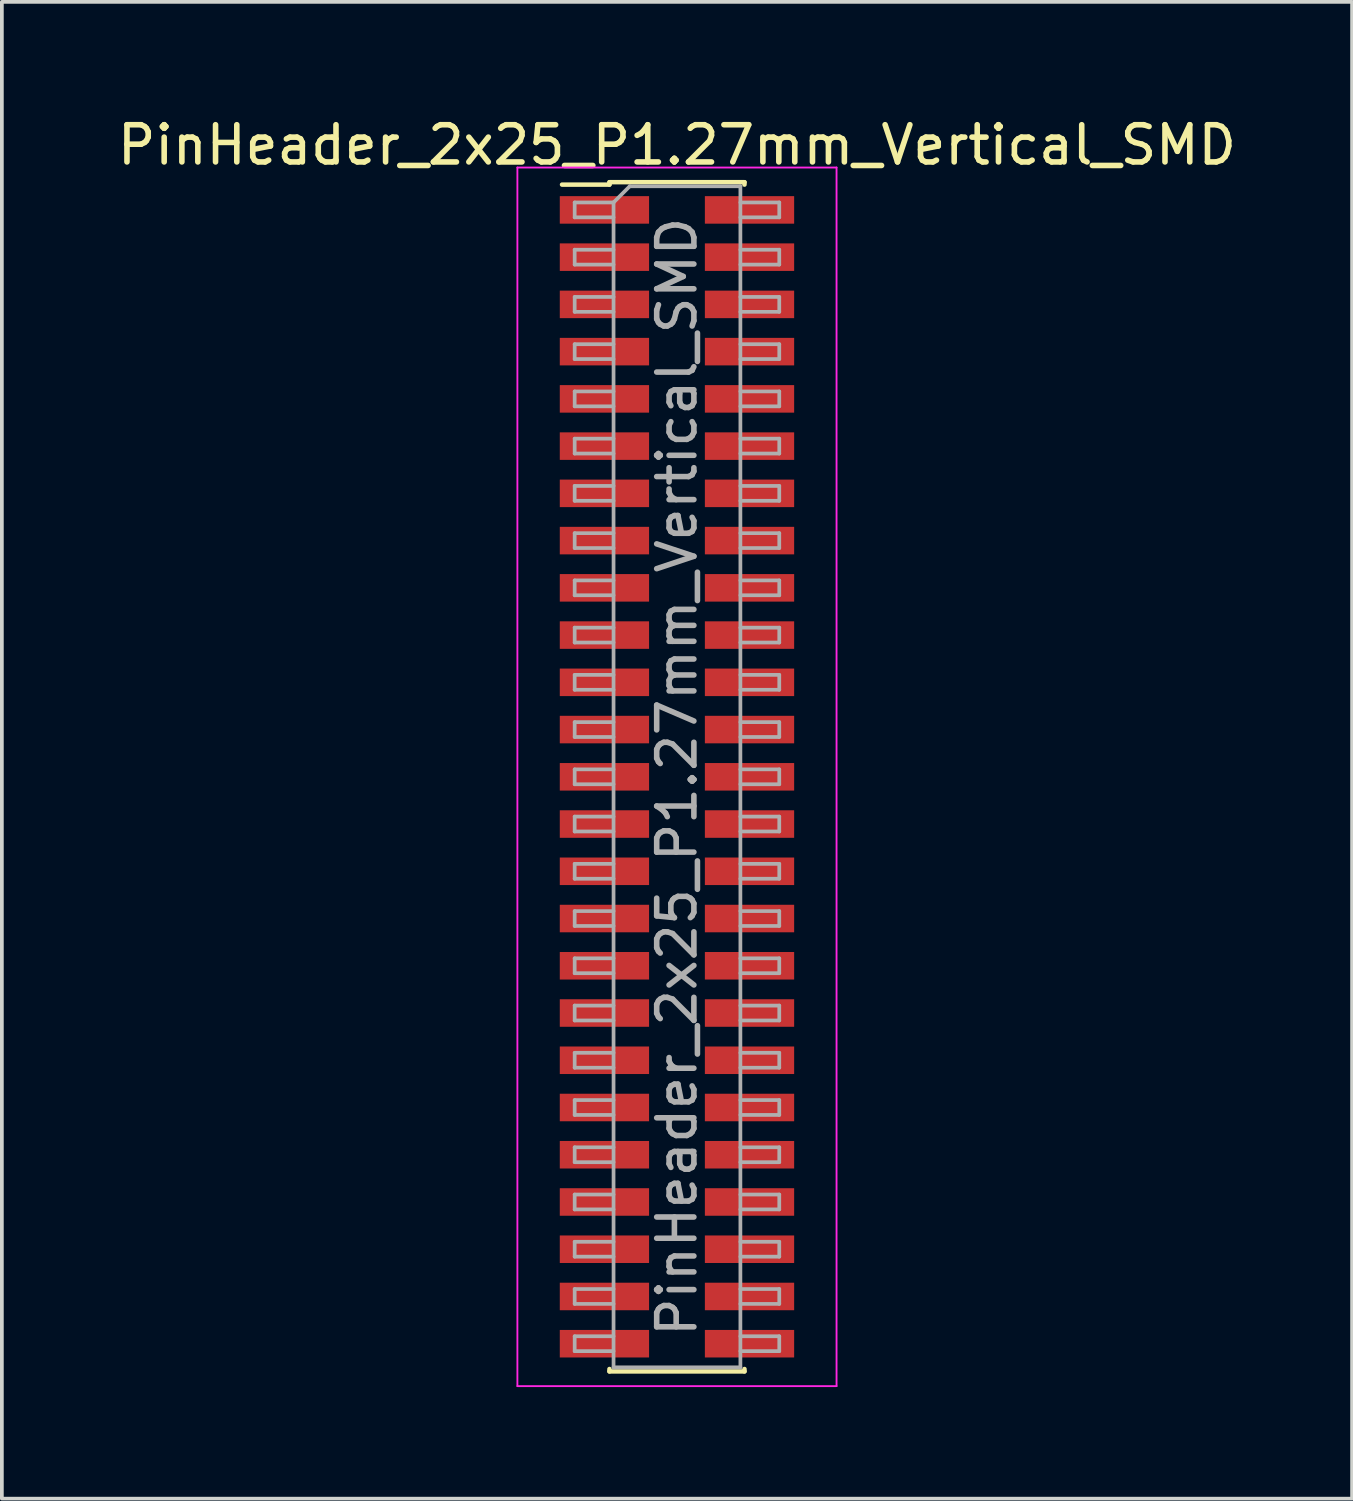
<source format=kicad_pcb>
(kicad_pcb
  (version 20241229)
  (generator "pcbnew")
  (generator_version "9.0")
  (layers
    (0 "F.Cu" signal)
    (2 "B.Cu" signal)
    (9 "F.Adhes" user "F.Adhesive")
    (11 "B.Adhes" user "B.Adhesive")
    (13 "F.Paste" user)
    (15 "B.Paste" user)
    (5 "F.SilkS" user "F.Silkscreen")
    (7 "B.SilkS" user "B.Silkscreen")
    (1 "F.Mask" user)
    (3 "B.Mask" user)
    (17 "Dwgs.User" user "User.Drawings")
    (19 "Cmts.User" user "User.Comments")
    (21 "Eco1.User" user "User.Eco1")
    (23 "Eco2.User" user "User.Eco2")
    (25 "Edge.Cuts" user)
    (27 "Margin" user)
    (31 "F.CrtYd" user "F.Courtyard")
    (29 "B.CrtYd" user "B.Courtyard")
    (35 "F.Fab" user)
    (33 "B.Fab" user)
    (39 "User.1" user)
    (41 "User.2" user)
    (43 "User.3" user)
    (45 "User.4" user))
  (footprint "PinHeader_2x25_P1.27mm_Vertical_SMD"
    (layer "F.Cu")
    (at 15.149 17.833)
    (property "Reference" "PinHeader_2x25_P1.27mm_Vertical_SMD" (at 0 -16.985 0) (layer "F.SilkS") (effects (font (size 1 1) (thickness 0.15))))
    (attr smd)
    (fp_line (start -3.09 -15.92) (end -1.815 -15.92) (stroke (width 0.12) (type solid)) (layer "F.SilkS"))
    (fp_line (start -1.815 -15.985) (end -1.815 -15.92) (stroke (width 0.12) (type solid)) (layer "F.SilkS"))
    (fp_line (start -1.815 -15.985) (end 1.815 -15.985) (stroke (width 0.12) (type solid)) (layer "F.SilkS"))
    (fp_line (start -1.815 15.92) (end -1.815 15.985) (stroke (width 0.12) (type solid)) (layer "F.SilkS"))
    (fp_line (start -1.815 15.985) (end 1.815 15.985) (stroke (width 0.12) (type solid)) (layer "F.SilkS"))
    (fp_line (start 1.815 -15.985) (end 1.815 -15.92) (stroke (width 0.12) (type solid)) (layer "F.SilkS"))
    (fp_line (start 1.815 15.92) (end 1.815 15.985) (stroke (width 0.12) (type solid)) (layer "F.SilkS"))
    (fp_line (start -4.29 -16.38) (end -4.29 16.38) (stroke (width 0.05) (type solid)) (layer "F.CrtYd"))
    (fp_line (start -4.29 16.38) (end 4.29 16.38) (stroke (width 0.05) (type solid)) (layer "F.CrtYd"))
    (fp_line (start 4.29 -16.38) (end -4.29 -16.38) (stroke (width 0.05) (type solid)) (layer "F.CrtYd"))
    (fp_line (start 4.29 16.38) (end 4.29 -16.38) (stroke (width 0.05) (type solid)) (layer "F.CrtYd"))
    (fp_line (start -2.75 -15.44) (end -2.75 -15.04) (stroke (width 0.1) (type solid)) (layer "F.Fab"))
    (fp_line (start -2.75 -15.04) (end -1.705 -15.04) (stroke (width 0.1) (type solid)) (layer "F.Fab"))
    (fp_line (start -2.75 -14.17) (end -2.75 -13.77) (stroke (width 0.1) (type solid)) (layer "F.Fab"))
    (fp_line (start -2.75 -13.77) (end -1.705 -13.77) (stroke (width 0.1) (type solid)) (layer "F.Fab"))
    (fp_line (start -2.75 -12.9) (end -2.75 -12.5) (stroke (width 0.1) (type solid)) (layer "F.Fab"))
    (fp_line (start -2.75 -12.5) (end -1.705 -12.5) (stroke (width 0.1) (type solid)) (layer "F.Fab"))
    (fp_line (start -2.75 -11.63) (end -2.75 -11.23) (stroke (width 0.1) (type solid)) (layer "F.Fab"))
    (fp_line (start -2.75 -11.23) (end -1.705 -11.23) (stroke (width 0.1) (type solid)) (layer "F.Fab"))
    (fp_line (start -2.75 -10.36) (end -2.75 -9.96) (stroke (width 0.1) (type solid)) (layer "F.Fab"))
    (fp_line (start -2.75 -9.96) (end -1.705 -9.96) (stroke (width 0.1) (type solid)) (layer "F.Fab"))
    (fp_line (start -2.75 -9.09) (end -2.75 -8.69) (stroke (width 0.1) (type solid)) (layer "F.Fab"))
    (fp_line (start -2.75 -8.69) (end -1.705 -8.69) (stroke (width 0.1) (type solid)) (layer "F.Fab"))
    (fp_line (start -2.75 -7.82) (end -2.75 -7.42) (stroke (width 0.1) (type solid)) (layer "F.Fab"))
    (fp_line (start -2.75 -7.42) (end -1.705 -7.42) (stroke (width 0.1) (type solid)) (layer "F.Fab"))
    (fp_line (start -2.75 -6.55) (end -2.75 -6.15) (stroke (width 0.1) (type solid)) (layer "F.Fab"))
    (fp_line (start -2.75 -6.15) (end -1.705 -6.15) (stroke (width 0.1) (type solid)) (layer "F.Fab"))
    (fp_line (start -2.75 -5.28) (end -2.75 -4.88) (stroke (width 0.1) (type solid)) (layer "F.Fab"))
    (fp_line (start -2.75 -4.88) (end -1.705 -4.88) (stroke (width 0.1) (type solid)) (layer "F.Fab"))
    (fp_line (start -2.75 -4.01) (end -2.75 -3.61) (stroke (width 0.1) (type solid)) (layer "F.Fab"))
    (fp_line (start -2.75 -3.61) (end -1.705 -3.61) (stroke (width 0.1) (type solid)) (layer "F.Fab"))
    (fp_line (start -2.75 -2.74) (end -2.75 -2.34) (stroke (width 0.1) (type solid)) (layer "F.Fab"))
    (fp_line (start -2.75 -2.34) (end -1.705 -2.34) (stroke (width 0.1) (type solid)) (layer "F.Fab"))
    (fp_line (start -2.75 -1.47) (end -2.75 -1.07) (stroke (width 0.1) (type solid)) (layer "F.Fab"))
    (fp_line (start -2.75 -1.07) (end -1.705 -1.07) (stroke (width 0.1) (type solid)) (layer "F.Fab"))
    (fp_line (start -2.75 -0.2) (end -2.75 0.2) (stroke (width 0.1) (type solid)) (layer "F.Fab"))
    (fp_line (start -2.75 0.2) (end -1.705 0.2) (stroke (width 0.1) (type solid)) (layer "F.Fab"))
    (fp_line (start -2.75 1.07) (end -2.75 1.47) (stroke (width 0.1) (type solid)) (layer "F.Fab"))
    (fp_line (start -2.75 1.47) (end -1.705 1.47) (stroke (width 0.1) (type solid)) (layer "F.Fab"))
    (fp_line (start -2.75 2.34) (end -2.75 2.74) (stroke (width 0.1) (type solid)) (layer "F.Fab"))
    (fp_line (start -2.75 2.74) (end -1.705 2.74) (stroke (width 0.1) (type solid)) (layer "F.Fab"))
    (fp_line (start -2.75 3.61) (end -2.75 4.01) (stroke (width 0.1) (type solid)) (layer "F.Fab"))
    (fp_line (start -2.75 4.01) (end -1.705 4.01) (stroke (width 0.1) (type solid)) (layer "F.Fab"))
    (fp_line (start -2.75 4.88) (end -2.75 5.28) (stroke (width 0.1) (type solid)) (layer "F.Fab"))
    (fp_line (start -2.75 5.28) (end -1.705 5.28) (stroke (width 0.1) (type solid)) (layer "F.Fab"))
    (fp_line (start -2.75 6.15) (end -2.75 6.55) (stroke (width 0.1) (type solid)) (layer "F.Fab"))
    (fp_line (start -2.75 6.55) (end -1.705 6.55) (stroke (width 0.1) (type solid)) (layer "F.Fab"))
    (fp_line (start -2.75 7.42) (end -2.75 7.82) (stroke (width 0.1) (type solid)) (layer "F.Fab"))
    (fp_line (start -2.75 7.82) (end -1.705 7.82) (stroke (width 0.1) (type solid)) (layer "F.Fab"))
    (fp_line (start -2.75 8.69) (end -2.75 9.09) (stroke (width 0.1) (type solid)) (layer "F.Fab"))
    (fp_line (start -2.75 9.09) (end -1.705 9.09) (stroke (width 0.1) (type solid)) (layer "F.Fab"))
    (fp_line (start -2.75 9.96) (end -2.75 10.36) (stroke (width 0.1) (type solid)) (layer "F.Fab"))
    (fp_line (start -2.75 10.36) (end -1.705 10.36) (stroke (width 0.1) (type solid)) (layer "F.Fab"))
    (fp_line (start -2.75 11.23) (end -2.75 11.63) (stroke (width 0.1) (type solid)) (layer "F.Fab"))
    (fp_line (start -2.75 11.63) (end -1.705 11.63) (stroke (width 0.1) (type solid)) (layer "F.Fab"))
    (fp_line (start -2.75 12.5) (end -2.75 12.9) (stroke (width 0.1) (type solid)) (layer "F.Fab"))
    (fp_line (start -2.75 12.9) (end -1.705 12.9) (stroke (width 0.1) (type solid)) (layer "F.Fab"))
    (fp_line (start -2.75 13.77) (end -2.75 14.17) (stroke (width 0.1) (type solid)) (layer "F.Fab"))
    (fp_line (start -2.75 14.17) (end -1.705 14.17) (stroke (width 0.1) (type solid)) (layer "F.Fab"))
    (fp_line (start -2.75 15.04) (end -2.75 15.44) (stroke (width 0.1) (type solid)) (layer "F.Fab"))
    (fp_line (start -2.75 15.44) (end -1.705 15.44) (stroke (width 0.1) (type solid)) (layer "F.Fab"))
    (fp_line (start -1.705 -15.44) (end -2.75 -15.44) (stroke (width 0.1) (type solid)) (layer "F.Fab"))
    (fp_line (start -1.705 -15.44) (end -1.27 -15.875) (stroke (width 0.1) (type solid)) (layer "F.Fab"))
    (fp_line (start -1.705 -14.17) (end -2.75 -14.17) (stroke (width 0.1) (type solid)) (layer "F.Fab"))
    (fp_line (start -1.705 -12.9) (end -2.75 -12.9) (stroke (width 0.1) (type solid)) (layer "F.Fab"))
    (fp_line (start -1.705 -11.63) (end -2.75 -11.63) (stroke (width 0.1) (type solid)) (layer "F.Fab"))
    (fp_line (start -1.705 -10.36) (end -2.75 -10.36) (stroke (width 0.1) (type solid)) (layer "F.Fab"))
    (fp_line (start -1.705 -9.09) (end -2.75 -9.09) (stroke (width 0.1) (type solid)) (layer "F.Fab"))
    (fp_line (start -1.705 -7.82) (end -2.75 -7.82) (stroke (width 0.1) (type solid)) (layer "F.Fab"))
    (fp_line (start -1.705 -6.55) (end -2.75 -6.55) (stroke (width 0.1) (type solid)) (layer "F.Fab"))
    (fp_line (start -1.705 -5.28) (end -2.75 -5.28) (stroke (width 0.1) (type solid)) (layer "F.Fab"))
    (fp_line (start -1.705 -4.01) (end -2.75 -4.01) (stroke (width 0.1) (type solid)) (layer "F.Fab"))
    (fp_line (start -1.705 -2.74) (end -2.75 -2.74) (stroke (width 0.1) (type solid)) (layer "F.Fab"))
    (fp_line (start -1.705 -1.47) (end -2.75 -1.47) (stroke (width 0.1) (type solid)) (layer "F.Fab"))
    (fp_line (start -1.705 -0.2) (end -2.75 -0.2) (stroke (width 0.1) (type solid)) (layer "F.Fab"))
    (fp_line (start -1.705 1.07) (end -2.75 1.07) (stroke (width 0.1) (type solid)) (layer "F.Fab"))
    (fp_line (start -1.705 2.34) (end -2.75 2.34) (stroke (width 0.1) (type solid)) (layer "F.Fab"))
    (fp_line (start -1.705 3.61) (end -2.75 3.61) (stroke (width 0.1) (type solid)) (layer "F.Fab"))
    (fp_line (start -1.705 4.88) (end -2.75 4.88) (stroke (width 0.1) (type solid)) (layer "F.Fab"))
    (fp_line (start -1.705 6.15) (end -2.75 6.15) (stroke (width 0.1) (type solid)) (layer "F.Fab"))
    (fp_line (start -1.705 7.42) (end -2.75 7.42) (stroke (width 0.1) (type solid)) (layer "F.Fab"))
    (fp_line (start -1.705 8.69) (end -2.75 8.69) (stroke (width 0.1) (type solid)) (layer "F.Fab"))
    (fp_line (start -1.705 9.96) (end -2.75 9.96) (stroke (width 0.1) (type solid)) (layer "F.Fab"))
    (fp_line (start -1.705 11.23) (end -2.75 11.23) (stroke (width 0.1) (type solid)) (layer "F.Fab"))
    (fp_line (start -1.705 12.5) (end -2.75 12.5) (stroke (width 0.1) (type solid)) (layer "F.Fab"))
    (fp_line (start -1.705 13.77) (end -2.75 13.77) (stroke (width 0.1) (type solid)) (layer "F.Fab"))
    (fp_line (start -1.705 15.04) (end -2.75 15.04) (stroke (width 0.1) (type solid)) (layer "F.Fab"))
    (fp_line (start -1.705 15.875) (end -1.705 -15.44) (stroke (width 0.1) (type solid)) (layer "F.Fab"))
    (fp_line (start -1.27 -15.875) (end 1.705 -15.875) (stroke (width 0.1) (type solid)) (layer "F.Fab"))
    (fp_line (start 1.705 -15.875) (end 1.705 15.875) (stroke (width 0.1) (type solid)) (layer "F.Fab"))
    (fp_line (start 1.705 -15.44) (end 2.75 -15.44) (stroke (width 0.1) (type solid)) (layer "F.Fab"))
    (fp_line (start 1.705 -14.17) (end 2.75 -14.17) (stroke (width 0.1) (type solid)) (layer "F.Fab"))
    (fp_line (start 1.705 -12.9) (end 2.75 -12.9) (stroke (width 0.1) (type solid)) (layer "F.Fab"))
    (fp_line (start 1.705 -11.63) (end 2.75 -11.63) (stroke (width 0.1) (type solid)) (layer "F.Fab"))
    (fp_line (start 1.705 -10.36) (end 2.75 -10.36) (stroke (width 0.1) (type solid)) (layer "F.Fab"))
    (fp_line (start 1.705 -9.09) (end 2.75 -9.09) (stroke (width 0.1) (type solid)) (layer "F.Fab"))
    (fp_line (start 1.705 -7.82) (end 2.75 -7.82) (stroke (width 0.1) (type solid)) (layer "F.Fab"))
    (fp_line (start 1.705 -6.55) (end 2.75 -6.55) (stroke (width 0.1) (type solid)) (layer "F.Fab"))
    (fp_line (start 1.705 -5.28) (end 2.75 -5.28) (stroke (width 0.1) (type solid)) (layer "F.Fab"))
    (fp_line (start 1.705 -4.01) (end 2.75 -4.01) (stroke (width 0.1) (type solid)) (layer "F.Fab"))
    (fp_line (start 1.705 -2.74) (end 2.75 -2.74) (stroke (width 0.1) (type solid)) (layer "F.Fab"))
    (fp_line (start 1.705 -1.47) (end 2.75 -1.47) (stroke (width 0.1) (type solid)) (layer "F.Fab"))
    (fp_line (start 1.705 -0.2) (end 2.75 -0.2) (stroke (width 0.1) (type solid)) (layer "F.Fab"))
    (fp_line (start 1.705 1.07) (end 2.75 1.07) (stroke (width 0.1) (type solid)) (layer "F.Fab"))
    (fp_line (start 1.705 2.34) (end 2.75 2.34) (stroke (width 0.1) (type solid)) (layer "F.Fab"))
    (fp_line (start 1.705 3.61) (end 2.75 3.61) (stroke (width 0.1) (type solid)) (layer "F.Fab"))
    (fp_line (start 1.705 4.88) (end 2.75 4.88) (stroke (width 0.1) (type solid)) (layer "F.Fab"))
    (fp_line (start 1.705 6.15) (end 2.75 6.15) (stroke (width 0.1) (type solid)) (layer "F.Fab"))
    (fp_line (start 1.705 7.42) (end 2.75 7.42) (stroke (width 0.1) (type solid)) (layer "F.Fab"))
    (fp_line (start 1.705 8.69) (end 2.75 8.69) (stroke (width 0.1) (type solid)) (layer "F.Fab"))
    (fp_line (start 1.705 9.96) (end 2.75 9.96) (stroke (width 0.1) (type solid)) (layer "F.Fab"))
    (fp_line (start 1.705 11.23) (end 2.75 11.23) (stroke (width 0.1) (type solid)) (layer "F.Fab"))
    (fp_line (start 1.705 12.5) (end 2.75 12.5) (stroke (width 0.1) (type solid)) (layer "F.Fab"))
    (fp_line (start 1.705 13.77) (end 2.75 13.77) (stroke (width 0.1) (type solid)) (layer "F.Fab"))
    (fp_line (start 1.705 15.04) (end 2.75 15.04) (stroke (width 0.1) (type solid)) (layer "F.Fab"))
    (fp_line (start 1.705 15.875) (end -1.705 15.875) (stroke (width 0.1) (type solid)) (layer "F.Fab"))
    (fp_line (start 2.75 -15.44) (end 2.75 -15.04) (stroke (width 0.1) (type solid)) (layer "F.Fab"))
    (fp_line (start 2.75 -15.04) (end 1.705 -15.04) (stroke (width 0.1) (type solid)) (layer "F.Fab"))
    (fp_line (start 2.75 -14.17) (end 2.75 -13.77) (stroke (width 0.1) (type solid)) (layer "F.Fab"))
    (fp_line (start 2.75 -13.77) (end 1.705 -13.77) (stroke (width 0.1) (type solid)) (layer "F.Fab"))
    (fp_line (start 2.75 -12.9) (end 2.75 -12.5) (stroke (width 0.1) (type solid)) (layer "F.Fab"))
    (fp_line (start 2.75 -12.5) (end 1.705 -12.5) (stroke (width 0.1) (type solid)) (layer "F.Fab"))
    (fp_line (start 2.75 -11.63) (end 2.75 -11.23) (stroke (width 0.1) (type solid)) (layer "F.Fab"))
    (fp_line (start 2.75 -11.23) (end 1.705 -11.23) (stroke (width 0.1) (type solid)) (layer "F.Fab"))
    (fp_line (start 2.75 -10.36) (end 2.75 -9.96) (stroke (width 0.1) (type solid)) (layer "F.Fab"))
    (fp_line (start 2.75 -9.96) (end 1.705 -9.96) (stroke (width 0.1) (type solid)) (layer "F.Fab"))
    (fp_line (start 2.75 -9.09) (end 2.75 -8.69) (stroke (width 0.1) (type solid)) (layer "F.Fab"))
    (fp_line (start 2.75 -8.69) (end 1.705 -8.69) (stroke (width 0.1) (type solid)) (layer "F.Fab"))
    (fp_line (start 2.75 -7.82) (end 2.75 -7.42) (stroke (width 0.1) (type solid)) (layer "F.Fab"))
    (fp_line (start 2.75 -7.42) (end 1.705 -7.42) (stroke (width 0.1) (type solid)) (layer "F.Fab"))
    (fp_line (start 2.75 -6.55) (end 2.75 -6.15) (stroke (width 0.1) (type solid)) (layer "F.Fab"))
    (fp_line (start 2.75 -6.15) (end 1.705 -6.15) (stroke (width 0.1) (type solid)) (layer "F.Fab"))
    (fp_line (start 2.75 -5.28) (end 2.75 -4.88) (stroke (width 0.1) (type solid)) (layer "F.Fab"))
    (fp_line (start 2.75 -4.88) (end 1.705 -4.88) (stroke (width 0.1) (type solid)) (layer "F.Fab"))
    (fp_line (start 2.75 -4.01) (end 2.75 -3.61) (stroke (width 0.1) (type solid)) (layer "F.Fab"))
    (fp_line (start 2.75 -3.61) (end 1.705 -3.61) (stroke (width 0.1) (type solid)) (layer "F.Fab"))
    (fp_line (start 2.75 -2.74) (end 2.75 -2.34) (stroke (width 0.1) (type solid)) (layer "F.Fab"))
    (fp_line (start 2.75 -2.34) (end 1.705 -2.34) (stroke (width 0.1) (type solid)) (layer "F.Fab"))
    (fp_line (start 2.75 -1.47) (end 2.75 -1.07) (stroke (width 0.1) (type solid)) (layer "F.Fab"))
    (fp_line (start 2.75 -1.07) (end 1.705 -1.07) (stroke (width 0.1) (type solid)) (layer "F.Fab"))
    (fp_line (start 2.75 -0.2) (end 2.75 0.2) (stroke (width 0.1) (type solid)) (layer "F.Fab"))
    (fp_line (start 2.75 0.2) (end 1.705 0.2) (stroke (width 0.1) (type solid)) (layer "F.Fab"))
    (fp_line (start 2.75 1.07) (end 2.75 1.47) (stroke (width 0.1) (type solid)) (layer "F.Fab"))
    (fp_line (start 2.75 1.47) (end 1.705 1.47) (stroke (width 0.1) (type solid)) (layer "F.Fab"))
    (fp_line (start 2.75 2.34) (end 2.75 2.74) (stroke (width 0.1) (type solid)) (layer "F.Fab"))
    (fp_line (start 2.75 2.74) (end 1.705 2.74) (stroke (width 0.1) (type solid)) (layer "F.Fab"))
    (fp_line (start 2.75 3.61) (end 2.75 4.01) (stroke (width 0.1) (type solid)) (layer "F.Fab"))
    (fp_line (start 2.75 4.01) (end 1.705 4.01) (stroke (width 0.1) (type solid)) (layer "F.Fab"))
    (fp_line (start 2.75 4.88) (end 2.75 5.28) (stroke (width 0.1) (type solid)) (layer "F.Fab"))
    (fp_line (start 2.75 5.28) (end 1.705 5.28) (stroke (width 0.1) (type solid)) (layer "F.Fab"))
    (fp_line (start 2.75 6.15) (end 2.75 6.55) (stroke (width 0.1) (type solid)) (layer "F.Fab"))
    (fp_line (start 2.75 6.55) (end 1.705 6.55) (stroke (width 0.1) (type solid)) (layer "F.Fab"))
    (fp_line (start 2.75 7.42) (end 2.75 7.82) (stroke (width 0.1) (type solid)) (layer "F.Fab"))
    (fp_line (start 2.75 7.82) (end 1.705 7.82) (stroke (width 0.1) (type solid)) (layer "F.Fab"))
    (fp_line (start 2.75 8.69) (end 2.75 9.09) (stroke (width 0.1) (type solid)) (layer "F.Fab"))
    (fp_line (start 2.75 9.09) (end 1.705 9.09) (stroke (width 0.1) (type solid)) (layer "F.Fab"))
    (fp_line (start 2.75 9.96) (end 2.75 10.36) (stroke (width 0.1) (type solid)) (layer "F.Fab"))
    (fp_line (start 2.75 10.36) (end 1.705 10.36) (stroke (width 0.1) (type solid)) (layer "F.Fab"))
    (fp_line (start 2.75 11.23) (end 2.75 11.63) (stroke (width 0.1) (type solid)) (layer "F.Fab"))
    (fp_line (start 2.75 11.63) (end 1.705 11.63) (stroke (width 0.1) (type solid)) (layer "F.Fab"))
    (fp_line (start 2.75 12.5) (end 2.75 12.9) (stroke (width 0.1) (type solid)) (layer "F.Fab"))
    (fp_line (start 2.75 12.9) (end 1.705 12.9) (stroke (width 0.1) (type solid)) (layer "F.Fab"))
    (fp_line (start 2.75 13.77) (end 2.75 14.17) (stroke (width 0.1) (type solid)) (layer "F.Fab"))
    (fp_line (start 2.75 14.17) (end 1.705 14.17) (stroke (width 0.1) (type solid)) (layer "F.Fab"))
    (fp_line (start 2.75 15.04) (end 2.75 15.44) (stroke (width 0.1) (type solid)) (layer "F.Fab"))
    (fp_line (start 2.75 15.44) (end 1.705 15.44) (stroke (width 0.1) (type solid)) (layer "F.Fab"))
    (fp_text user "${REFERENCE}" (at 0 0 90) (layer "F.Fab") (effects (font (size 1 1) (thickness 0.15))))
    (pad "1" smd rect (at -1.95 -15.24) (size 2.4 0.74) (layers "F.Cu" "F.Mask" "F.Paste"))
    (pad "2" smd rect (at 1.95 -15.24) (size 2.4 0.74) (layers "F.Cu" "F.Mask" "F.Paste"))
    (pad "3" smd rect (at -1.95 -13.97) (size 2.4 0.74) (layers "F.Cu" "F.Mask" "F.Paste"))
    (pad "4" smd rect (at 1.95 -13.97) (size 2.4 0.74) (layers "F.Cu" "F.Mask" "F.Paste"))
    (pad "5" smd rect (at -1.95 -12.7) (size 2.4 0.74) (layers "F.Cu" "F.Mask" "F.Paste"))
    (pad "6" smd rect (at 1.95 -12.7) (size 2.4 0.74) (layers "F.Cu" "F.Mask" "F.Paste"))
    (pad "7" smd rect (at -1.95 -11.43) (size 2.4 0.74) (layers "F.Cu" "F.Mask" "F.Paste"))
    (pad "8" smd rect (at 1.95 -11.43) (size 2.4 0.74) (layers "F.Cu" "F.Mask" "F.Paste"))
    (pad "9" smd rect (at -1.95 -10.16) (size 2.4 0.74) (layers "F.Cu" "F.Mask" "F.Paste"))
    (pad "10" smd rect (at 1.95 -10.16) (size 2.4 0.74) (layers "F.Cu" "F.Mask" "F.Paste"))
    (pad "11" smd rect (at -1.95 -8.89) (size 2.4 0.74) (layers "F.Cu" "F.Mask" "F.Paste"))
    (pad "12" smd rect (at 1.95 -8.89) (size 2.4 0.74) (layers "F.Cu" "F.Mask" "F.Paste"))
    (pad "13" smd rect (at -1.95 -7.62) (size 2.4 0.74) (layers "F.Cu" "F.Mask" "F.Paste"))
    (pad "14" smd rect (at 1.95 -7.62) (size 2.4 0.74) (layers "F.Cu" "F.Mask" "F.Paste"))
    (pad "15" smd rect (at -1.95 -6.35) (size 2.4 0.74) (layers "F.Cu" "F.Mask" "F.Paste"))
    (pad "16" smd rect (at 1.95 -6.35) (size 2.4 0.74) (layers "F.Cu" "F.Mask" "F.Paste"))
    (pad "17" smd rect (at -1.95 -5.08) (size 2.4 0.74) (layers "F.Cu" "F.Mask" "F.Paste"))
    (pad "18" smd rect (at 1.95 -5.08) (size 2.4 0.74) (layers "F.Cu" "F.Mask" "F.Paste"))
    (pad "19" smd rect (at -1.95 -3.81) (size 2.4 0.74) (layers "F.Cu" "F.Mask" "F.Paste"))
    (pad "20" smd rect (at 1.95 -3.81) (size 2.4 0.74) (layers "F.Cu" "F.Mask" "F.Paste"))
    (pad "21" smd rect (at -1.95 -2.54) (size 2.4 0.74) (layers "F.Cu" "F.Mask" "F.Paste"))
    (pad "22" smd rect (at 1.95 -2.54) (size 2.4 0.74) (layers "F.Cu" "F.Mask" "F.Paste"))
    (pad "23" smd rect (at -1.95 -1.27) (size 2.4 0.74) (layers "F.Cu" "F.Mask" "F.Paste"))
    (pad "24" smd rect (at 1.95 -1.27) (size 2.4 0.74) (layers "F.Cu" "F.Mask" "F.Paste"))
    (pad "25" smd rect (at -1.95 0) (size 2.4 0.74) (layers "F.Cu" "F.Mask" "F.Paste"))
    (pad "26" smd rect (at 1.95 0) (size 2.4 0.74) (layers "F.Cu" "F.Mask" "F.Paste"))
    (pad "27" smd rect (at -1.95 1.27) (size 2.4 0.74) (layers "F.Cu" "F.Mask" "F.Paste"))
    (pad "28" smd rect (at 1.95 1.27) (size 2.4 0.74) (layers "F.Cu" "F.Mask" "F.Paste"))
    (pad "29" smd rect (at -1.95 2.54) (size 2.4 0.74) (layers "F.Cu" "F.Mask" "F.Paste"))
    (pad "30" smd rect (at 1.95 2.54) (size 2.4 0.74) (layers "F.Cu" "F.Mask" "F.Paste"))
    (pad "31" smd rect (at -1.95 3.81) (size 2.4 0.74) (layers "F.Cu" "F.Mask" "F.Paste"))
    (pad "32" smd rect (at 1.95 3.81) (size 2.4 0.74) (layers "F.Cu" "F.Mask" "F.Paste"))
    (pad "33" smd rect (at -1.95 5.08) (size 2.4 0.74) (layers "F.Cu" "F.Mask" "F.Paste"))
    (pad "34" smd rect (at 1.95 5.08) (size 2.4 0.74) (layers "F.Cu" "F.Mask" "F.Paste"))
    (pad "35" smd rect (at -1.95 6.35) (size 2.4 0.74) (layers "F.Cu" "F.Mask" "F.Paste"))
    (pad "36" smd rect (at 1.95 6.35) (size 2.4 0.74) (layers "F.Cu" "F.Mask" "F.Paste"))
    (pad "37" smd rect (at -1.95 7.62) (size 2.4 0.74) (layers "F.Cu" "F.Mask" "F.Paste"))
    (pad "38" smd rect (at 1.95 7.62) (size 2.4 0.74) (layers "F.Cu" "F.Mask" "F.Paste"))
    (pad "39" smd rect (at -1.95 8.89) (size 2.4 0.74) (layers "F.Cu" "F.Mask" "F.Paste"))
    (pad "40" smd rect (at 1.95 8.89) (size 2.4 0.74) (layers "F.Cu" "F.Mask" "F.Paste"))
    (pad "41" smd rect (at -1.95 10.16) (size 2.4 0.74) (layers "F.Cu" "F.Mask" "F.Paste"))
    (pad "42" smd rect (at 1.95 10.16) (size 2.4 0.74) (layers "F.Cu" "F.Mask" "F.Paste"))
    (pad "43" smd rect (at -1.95 11.43) (size 2.4 0.74) (layers "F.Cu" "F.Mask" "F.Paste"))
    (pad "44" smd rect (at 1.95 11.43) (size 2.4 0.74) (layers "F.Cu" "F.Mask" "F.Paste"))
    (pad "45" smd rect (at -1.95 12.7) (size 2.4 0.74) (layers "F.Cu" "F.Mask" "F.Paste"))
    (pad "46" smd rect (at 1.95 12.7) (size 2.4 0.74) (layers "F.Cu" "F.Mask" "F.Paste"))
    (pad "47" smd rect (at -1.95 13.97) (size 2.4 0.74) (layers "F.Cu" "F.Mask" "F.Paste"))
    (pad "48" smd rect (at 1.95 13.97) (size 2.4 0.74) (layers "F.Cu" "F.Mask" "F.Paste"))
    (pad "49" smd rect (at -1.95 15.24) (size 2.4 0.74) (layers "F.Cu" "F.Mask" "F.Paste"))
    (pad "50" smd rect (at 1.95 15.24) (size 2.4 0.74) (layers "F.Cu" "F.Mask" "F.Paste")))
  (gr_rect
    (start -3 -3)
    (end 33.298 37.238)
    (stroke (width 0.1) (type default))
    (fill no)
    (layer "Edge.Cuts")))
</source>
